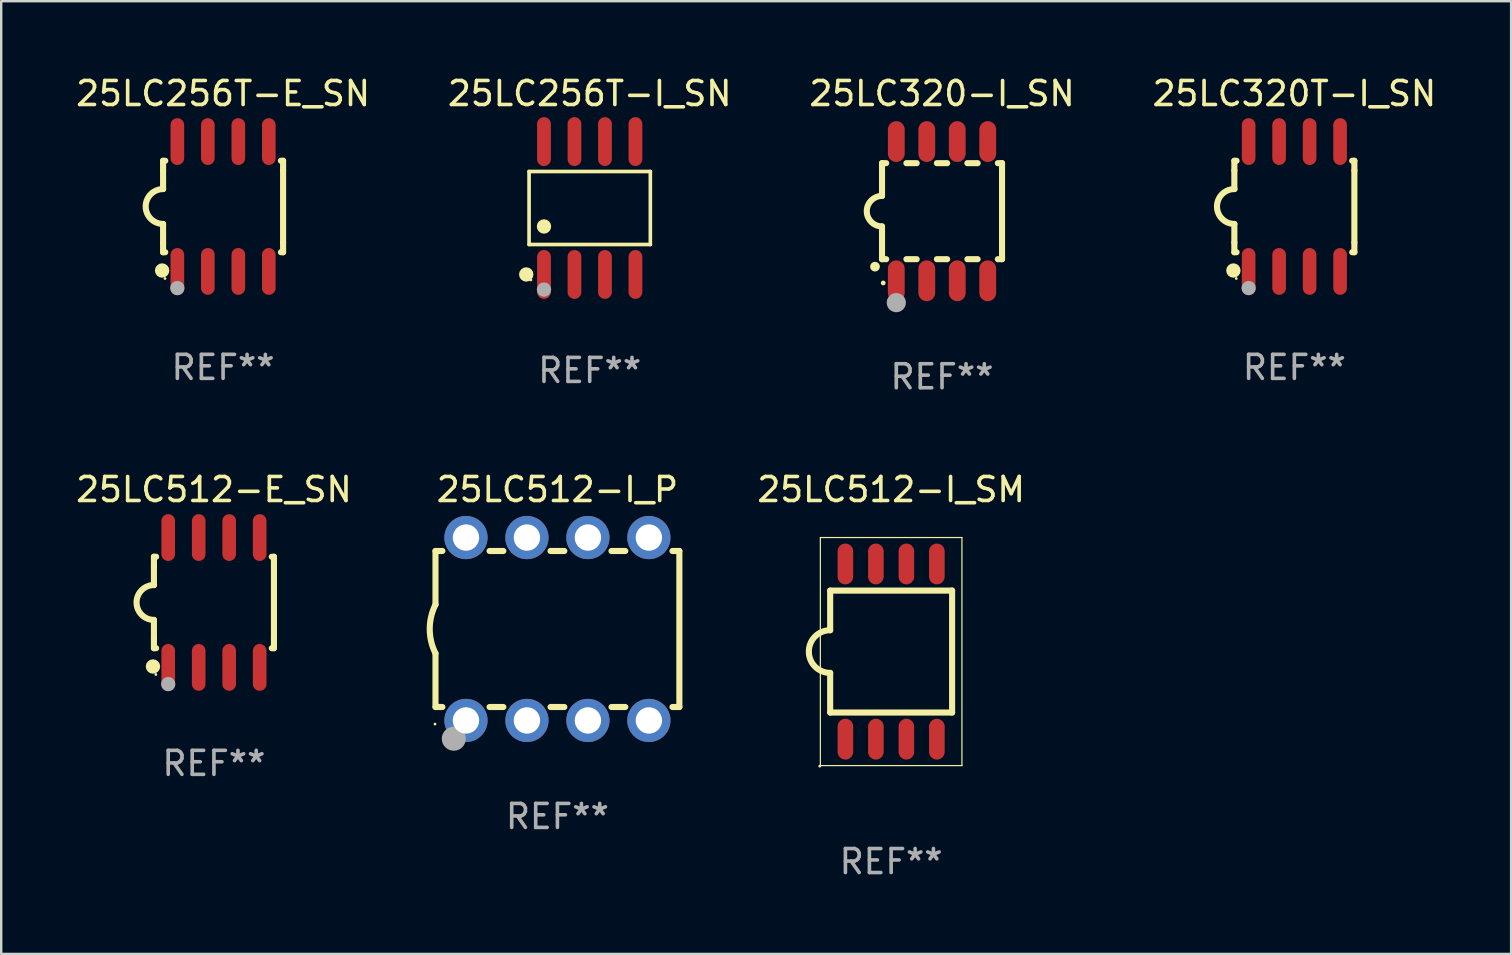
<source format=kicad_pcb>
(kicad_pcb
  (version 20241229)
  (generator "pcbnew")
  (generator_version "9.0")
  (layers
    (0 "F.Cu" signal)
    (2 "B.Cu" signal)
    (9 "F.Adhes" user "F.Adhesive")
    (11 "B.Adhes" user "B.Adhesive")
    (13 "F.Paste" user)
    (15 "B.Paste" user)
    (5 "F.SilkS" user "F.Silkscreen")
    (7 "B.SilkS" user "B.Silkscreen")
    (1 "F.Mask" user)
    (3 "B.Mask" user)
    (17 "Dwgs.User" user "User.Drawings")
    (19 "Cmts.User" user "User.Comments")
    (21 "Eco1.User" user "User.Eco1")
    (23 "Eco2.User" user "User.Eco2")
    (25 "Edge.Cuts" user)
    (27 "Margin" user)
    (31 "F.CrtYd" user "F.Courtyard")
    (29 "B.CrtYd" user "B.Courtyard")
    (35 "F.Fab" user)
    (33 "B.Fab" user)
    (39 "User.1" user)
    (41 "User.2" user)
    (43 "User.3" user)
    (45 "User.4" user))
  (footprint "25LC512-E_SN"
    (layer "F.Cu")
    (at 5.863 22.05)
    (property "Reference" "25LC512-E_SN" (at 0 -4.705 0) (layer "F.SilkS") (effects (font (size 1 1) (thickness 0.15))))
    (attr through_hole)
    (fp_line (start -2.5 -1.905) (end -2.409 -1.905) (stroke (width 0.254) (type solid)) (layer "F.SilkS"))
    (fp_line (start -2.5 -1.5) (end -2.5 -1.905) (stroke (width 0.254) (type solid)) (layer "F.SilkS"))
    (fp_line (start -2.5 -1.5) (end -2.5 -0.726) (stroke (width 0.254) (type solid)) (layer "F.SilkS"))
    (fp_line (start -2.5 1.5) (end -2.5 0.727) (stroke (width 0.254) (type solid)) (layer "F.SilkS"))
    (fp_line (start -2.5 1.5) (end -2.5 1.905) (stroke (width 0.254) (type solid)) (layer "F.SilkS"))
    (fp_line (start -2.5 1.905) (end -2.409 1.905) (stroke (width 0.254) (type solid)) (layer "F.SilkS"))
    (fp_line (start 2.5 -1.905) (end 2.409 -1.905) (stroke (width 0.254) (type solid)) (layer "F.SilkS"))
    (fp_line (start 2.5 -1.5) (end 2.5 -1.905) (stroke (width 0.254) (type solid)) (layer "F.SilkS"))
    (fp_line (start 2.5 -1.5) (end 2.5 1.5) (stroke (width 0.254) (type solid)) (layer "F.SilkS"))
    (fp_line (start 2.5 1.5) (end 2.5 1.905) (stroke (width 0.254) (type solid)) (layer "F.SilkS"))
    (fp_line (start 2.5 1.905) (end 2.409 1.905) (stroke (width 0.254) (type solid)) (layer "F.SilkS"))
    (fp_arc (start -2.5 0.726568) (mid -3.220316 -0.0023) (end -2.495097 -0.726289) (stroke (width 0.254001) (type solid)) (layer "F.SilkS"))
    (fp_circle (center -2.54 2.667) (end -2.39 2.667) (stroke (width 0.3) (type solid)) (fill no) (layer "F.SilkS"))
    (fp_circle (center -2.42 3) (end -2.39 3) (stroke (width 0.06) (type solid)) (fill no) (layer "F.SilkS"))
    (fp_circle (center -1.905 3.4) (end -1.755 3.4) (stroke (width 0.3) (type solid)) (fill no) (layer "F.Fab"))
    (fp_text user "REF**" (at 0 6.705 0) (layer "F.Fab") (effects (font (size 1 1) (thickness 0.15))))
    (pad "1" smd oval (at -1.905 2.705) (size 0.568 1.95) (layers "F.Cu" "F.Mask" "F.Paste"))
    (pad "2" smd oval (at -0.635 2.705) (size 0.568 1.95) (layers "F.Cu" "F.Mask" "F.Paste"))
    (pad "3" smd oval (at 0.635 2.705) (size 0.568 1.95) (layers "F.Cu" "F.Mask" "F.Paste"))
    (pad "4" smd oval (at 1.905 2.705) (size 0.568 1.95) (layers "F.Cu" "F.Mask" "F.Paste"))
    (pad "5" smd oval (at 1.905 -2.705) (size 0.568 1.95) (layers "F.Cu" "F.Mask" "F.Paste"))
    (pad "6" smd oval (at 0.635 -2.705) (size 0.568 1.95) (layers "F.Cu" "F.Mask" "F.Paste"))
    (pad "7" smd oval (at -0.635 -2.705) (size 0.568 1.95) (layers "F.Cu" "F.Mask" "F.Paste"))
    (pad "8" smd oval (at -1.905 -2.705) (size 0.568 1.95) (layers "F.Cu" "F.Mask" "F.Paste")))
  (footprint "25LC256T-I_SN"
    (layer "F.Cu")
    (at 21.518 5.616)
    (property "Reference" "25LC256T-I_SN" (at 0 -4.768 0) (layer "F.SilkS") (effects (font (size 1 1) (thickness 0.15))))
    (attr through_hole)
    (fp_line (start -2.526 -1.521) (end 2.526 -1.521) (stroke (width 0.152) (type solid)) (layer "F.SilkS"))
    (fp_line (start -2.526 1.521) (end -2.526 -1.521) (stroke (width 0.152) (type solid)) (layer "F.SilkS"))
    (fp_line (start 2.526 -1.521) (end 2.526 1.521) (stroke (width 0.152) (type solid)) (layer "F.SilkS"))
    (fp_line (start 2.526 1.521) (end -2.526 1.521) (stroke (width 0.152) (type solid)) (layer "F.SilkS"))
    (fp_circle (center -2.644 2.768) (end -2.494 2.768) (stroke (width 0.3) (type solid)) (fill no) (layer "F.SilkS"))
    (fp_circle (center -2.45 2.998) (end -2.42 2.998) (stroke (width 0.06) (type solid)) (fill no) (layer "F.SilkS"))
    (fp_circle (center -1.905 0.769) (end -1.755 0.769) (stroke (width 0.3) (type solid)) (fill no) (layer "F.SilkS"))
    (fp_circle (center -1.905 3.398) (end -1.755 3.398) (stroke (width 0.3) (type solid)) (fill no) (layer "F.Fab"))
    (fp_text user "REF**" (at 0 6.768 0) (layer "F.Fab") (effects (font (size 1 1) (thickness 0.15))))
    (pad "1" smd oval (at -1.905 2.768) (size 0.574 2.036) (layers "F.Cu" "F.Mask" "F.Paste"))
    (pad "2" smd oval (at -0.635 2.768) (size 0.574 2.036) (layers "F.Cu" "F.Mask" "F.Paste"))
    (pad "3" smd oval (at 0.635 2.768) (size 0.574 2.036) (layers "F.Cu" "F.Mask" "F.Paste"))
    (pad "4" smd oval (at 1.905 2.768) (size 0.574 2.036) (layers "F.Cu" "F.Mask" "F.Paste"))
    (pad "5" smd oval (at 1.905 -2.768) (size 0.574 2.036) (layers "F.Cu" "F.Mask" "F.Paste"))
    (pad "6" smd oval (at 0.635 -2.768) (size 0.574 2.036) (layers "F.Cu" "F.Mask" "F.Paste"))
    (pad "7" smd oval (at -0.635 -2.768) (size 0.574 2.036) (layers "F.Cu" "F.Mask" "F.Paste"))
    (pad "8" smd oval (at -1.905 -2.768) (size 0.574 2.036) (layers "F.Cu" "F.Mask" "F.Paste")))
  (footprint "25LC512-I_SM"
    (layer "F.Cu")
    (at 34.076 24.095)
    (property "Reference" "25LC512-I_SM" (at 0 -6.75 0) (layer "F.SilkS") (effects (font (size 1 1) (thickness 0.15))))
    (attr through_hole)
    (fp_line (start -2.949 -4.75) (end -2.949 4.75) (stroke (width 0.05) (type solid)) (layer "F.SilkS"))
    (fp_line (start -2.949 4.75) (end 2.949 4.75) (stroke (width 0.05) (type solid)) (layer "F.SilkS"))
    (fp_line (start -2.54 -2.54) (end 2.54 -2.54) (stroke (width 0.254) (type solid)) (layer "F.SilkS"))
    (fp_line (start -2.54 -0.889) (end -2.54 -2.54) (stroke (width 0.254) (type solid)) (layer "F.SilkS"))
    (fp_line (start -2.54 2.54) (end -2.54 0.889) (stroke (width 0.254) (type solid)) (layer "F.SilkS"))
    (fp_line (start 2.54 -2.54) (end 2.54 2.54) (stroke (width 0.254) (type solid)) (layer "F.SilkS"))
    (fp_line (start 2.54 2.54) (end -2.54 2.54) (stroke (width 0.254) (type solid)) (layer "F.SilkS"))
    (fp_line (start 2.949 -4.75) (end -2.949 -4.75) (stroke (width 0.05) (type solid)) (layer "F.SilkS"))
    (fp_line (start 2.949 4.75) (end 2.949 -4.75) (stroke (width 0.05) (type solid)) (layer "F.SilkS"))
    (fp_arc (start -2.540005 0.889002) (mid -3.426952 0.000025) (end -2.540005 -0.888952) (stroke (width 0.254001) (type solid)) (layer "F.SilkS"))
    (fp_circle (center -2.974 4.775) (end -2.944 4.775) (stroke (width 0.06) (type solid)) (fill no) (layer "F.SilkS"))
    (fp_text user "REF**" (at 0 8.75 0) (layer "F.Fab") (effects (font (size 1 1) (thickness 0.15))))
    (pad "1" smd oval (at -1.905 3.65 90) (size 1.7 0.65) (layers "F.Cu" "F.Mask" "F.Paste"))
    (pad "2" smd oval (at -0.635 3.65 90) (size 1.7 0.65) (layers "F.Cu" "F.Mask" "F.Paste"))
    (pad "3" smd oval (at 0.635 3.65 90) (size 1.7 0.65) (layers "F.Cu" "F.Mask" "F.Paste"))
    (pad "4" smd oval (at 1.905 3.65 90) (size 1.7 0.65) (layers "F.Cu" "F.Mask" "F.Paste"))
    (pad "5" smd oval (at 1.905 -3.65 90) (size 1.7 0.65) (layers "F.Cu" "F.Mask" "F.Paste"))
    (pad "6" smd oval (at 0.635 -3.65 90) (size 1.7 0.65) (layers "F.Cu" "F.Mask" "F.Paste"))
    (pad "7" smd oval (at -0.635 -3.65 90) (size 1.7 0.65) (layers "F.Cu" "F.Mask" "F.Paste"))
    (pad "8" smd oval (at -1.905 -3.65 90) (size 1.7 0.65) (layers "F.Cu" "F.Mask" "F.Paste")))
  (footprint "25LC320-I_SN"
    (layer "F.Cu")
    (at 36.196 5.748)
    (property "Reference" "25LC320-I_SN" (at 0 -4.9 0) (layer "F.SilkS") (effects (font (size 1 1) (thickness 0.15))))
    (attr through_hole)
    (fp_line (start -2.5 -2) (end -2.5 -0.635) (stroke (width 0.254) (type solid)) (layer "F.SilkS"))
    (fp_line (start -2.5 -2) (end -2.326 -2) (stroke (width 0.254) (type solid)) (layer "F.SilkS"))
    (fp_line (start -2.5 2) (end -2.5 0.635) (stroke (width 0.254) (type solid)) (layer "F.SilkS"))
    (fp_line (start -2.5 2) (end -2.326 2) (stroke (width 0.254) (type solid)) (layer "F.SilkS"))
    (fp_line (start -1.484 -2) (end -1.056 -2) (stroke (width 0.254) (type solid)) (layer "F.SilkS"))
    (fp_line (start -1.484 2) (end -1.056 2) (stroke (width 0.254) (type solid)) (layer "F.SilkS"))
    (fp_line (start -0.214 -2) (end 0.214 -2) (stroke (width 0.254) (type solid)) (layer "F.SilkS"))
    (fp_line (start -0.214 2) (end 0.214 2) (stroke (width 0.254) (type solid)) (layer "F.SilkS"))
    (fp_line (start 1.056 -2) (end 1.484 -2) (stroke (width 0.254) (type solid)) (layer "F.SilkS"))
    (fp_line (start 1.056 2) (end 1.484 2) (stroke (width 0.254) (type solid)) (layer "F.SilkS"))
    (fp_line (start 2.326 -2) (end 2.5 -2) (stroke (width 0.254) (type solid)) (layer "F.SilkS"))
    (fp_line (start 2.326 2) (end 2.5 2) (stroke (width 0.254) (type solid)) (layer "F.SilkS"))
    (fp_line (start 2.5 -2) (end 2.5 2) (stroke (width 0.254) (type solid)) (layer "F.SilkS"))
    (fp_arc (start -2.794006 2.311405) (mid -2.792736 2.311401) (end -2.791466 2.311405) (stroke (width 0.4) (type solid)) (layer "F.SilkS"))
    (fp_arc (start -2.5 0.635001) (mid -3.134366 -0.000318) (end -2.499365 -0.635001) (stroke (width 0.254001) (type solid)) (layer "F.SilkS"))
    (fp_circle (center -2.45 2.99) (end -2.4 2.99) (stroke (width 0.1) (type solid)) (fill no) (layer "F.SilkS"))
    (fp_circle (center -1.905 3.81) (end -1.705 3.81) (stroke (width 0.4) (type solid)) (fill no) (layer "F.Fab"))
    (fp_text user "REF**" (at 0 6.9 0) (layer "F.Fab") (effects (font (size 1 1) (thickness 0.15))))
    (pad "1" smd oval (at -1.905 2.9 180) (size 0.7 1.7) (layers "F.Cu" "F.Mask" "F.Paste"))
    (pad "2" smd oval (at -0.635 2.9 180) (size 0.7 1.7) (layers "F.Cu" "F.Mask" "F.Paste"))
    (pad "3" smd oval (at 0.635 2.9 180) (size 0.7 1.7) (layers "F.Cu" "F.Mask" "F.Paste"))
    (pad "4" smd oval (at 1.905 2.9 180) (size 0.7 1.7) (layers "F.Cu" "F.Mask" "F.Paste"))
    (pad "5" smd oval (at 1.905 -2.9 180) (size 0.7 1.7) (layers "F.Cu" "F.Mask" "F.Paste"))
    (pad "6" smd oval (at 0.635 -2.9 180) (size 0.7 1.7) (layers "F.Cu" "F.Mask" "F.Paste"))
    (pad "7" smd oval (at -0.635 -2.9 180) (size 0.7 1.7) (layers "F.Cu" "F.Mask" "F.Paste"))
    (pad "8" smd oval (at -1.905 -2.9 180) (size 0.7 1.7) (layers "F.Cu" "F.Mask" "F.Paste")))
  (footprint "25LC256T-E_SN"
    (layer "F.Cu")
    (at 6.244 5.553)
    (property "Reference" "25LC256T-E_SN" (at 0 -4.705 0) (layer "F.SilkS") (effects (font (size 1 1) (thickness 0.15))))
    (attr through_hole)
    (fp_line (start -2.5 -1.905) (end -2.409 -1.905) (stroke (width 0.254) (type solid)) (layer "F.SilkS"))
    (fp_line (start -2.5 -1.5) (end -2.5 -1.905) (stroke (width 0.254) (type solid)) (layer "F.SilkS"))
    (fp_line (start -2.5 -1.5) (end -2.5 -0.726) (stroke (width 0.254) (type solid)) (layer "F.SilkS"))
    (fp_line (start -2.5 1.5) (end -2.5 0.727) (stroke (width 0.254) (type solid)) (layer "F.SilkS"))
    (fp_line (start -2.5 1.5) (end -2.5 1.905) (stroke (width 0.254) (type solid)) (layer "F.SilkS"))
    (fp_line (start -2.5 1.905) (end -2.409 1.905) (stroke (width 0.254) (type solid)) (layer "F.SilkS"))
    (fp_line (start 2.5 -1.905) (end 2.409 -1.905) (stroke (width 0.254) (type solid)) (layer "F.SilkS"))
    (fp_line (start 2.5 -1.5) (end 2.5 -1.905) (stroke (width 0.254) (type solid)) (layer "F.SilkS"))
    (fp_line (start 2.5 -1.5) (end 2.5 1.5) (stroke (width 0.254) (type solid)) (layer "F.SilkS"))
    (fp_line (start 2.5 1.5) (end 2.5 1.905) (stroke (width 0.254) (type solid)) (layer "F.SilkS"))
    (fp_line (start 2.5 1.905) (end 2.409 1.905) (stroke (width 0.254) (type solid)) (layer "F.SilkS"))
    (fp_arc (start -2.5 0.726568) (mid -3.220316 -0.0023) (end -2.495097 -0.726289) (stroke (width 0.254001) (type solid)) (layer "F.SilkS"))
    (fp_circle (center -2.54 2.667) (end -2.39 2.667) (stroke (width 0.3) (type solid)) (fill no) (layer "F.SilkS"))
    (fp_circle (center -2.42 3) (end -2.39 3) (stroke (width 0.06) (type solid)) (fill no) (layer "F.SilkS"))
    (fp_circle (center -1.905 3.4) (end -1.755 3.4) (stroke (width 0.3) (type solid)) (fill no) (layer "F.Fab"))
    (fp_text user "REF**" (at 0 6.705 0) (layer "F.Fab") (effects (font (size 1 1) (thickness 0.15))))
    (pad "1" smd oval (at -1.905 2.705) (size 0.568 1.95) (layers "F.Cu" "F.Mask" "F.Paste"))
    (pad "2" smd oval (at -0.635 2.705) (size 0.568 1.95) (layers "F.Cu" "F.Mask" "F.Paste"))
    (pad "3" smd oval (at 0.635 2.705) (size 0.568 1.95) (layers "F.Cu" "F.Mask" "F.Paste"))
    (pad "4" smd oval (at 1.905 2.705) (size 0.568 1.95) (layers "F.Cu" "F.Mask" "F.Paste"))
    (pad "5" smd oval (at 1.905 -2.705) (size 0.568 1.95) (layers "F.Cu" "F.Mask" "F.Paste"))
    (pad "6" smd oval (at 0.635 -2.705) (size 0.568 1.95) (layers "F.Cu" "F.Mask" "F.Paste"))
    (pad "7" smd oval (at -0.635 -2.705) (size 0.568 1.95) (layers "F.Cu" "F.Mask" "F.Paste"))
    (pad "8" smd oval (at -1.905 -2.705) (size 0.568 1.95) (layers "F.Cu" "F.Mask" "F.Paste")))
  (footprint "25LC320T-I_SN"
    (layer "F.Cu")
    (at 50.875 5.553)
    (property "Reference" "25LC320T-I_SN" (at 0 -4.705 0) (layer "F.SilkS") (effects (font (size 1 1) (thickness 0.15))))
    (attr through_hole)
    (fp_line (start -2.5 -1.905) (end -2.409 -1.905) (stroke (width 0.254) (type solid)) (layer "F.SilkS"))
    (fp_line (start -2.5 -1.5) (end -2.5 -1.905) (stroke (width 0.254) (type solid)) (layer "F.SilkS"))
    (fp_line (start -2.5 -1.5) (end -2.5 -0.726) (stroke (width 0.254) (type solid)) (layer "F.SilkS"))
    (fp_line (start -2.5 1.5) (end -2.5 0.727) (stroke (width 0.254) (type solid)) (layer "F.SilkS"))
    (fp_line (start -2.5 1.5) (end -2.5 1.905) (stroke (width 0.254) (type solid)) (layer "F.SilkS"))
    (fp_line (start -2.5 1.905) (end -2.409 1.905) (stroke (width 0.254) (type solid)) (layer "F.SilkS"))
    (fp_line (start 2.5 -1.905) (end 2.409 -1.905) (stroke (width 0.254) (type solid)) (layer "F.SilkS"))
    (fp_line (start 2.5 -1.5) (end 2.5 -1.905) (stroke (width 0.254) (type solid)) (layer "F.SilkS"))
    (fp_line (start 2.5 -1.5) (end 2.5 1.5) (stroke (width 0.254) (type solid)) (layer "F.SilkS"))
    (fp_line (start 2.5 1.5) (end 2.5 1.905) (stroke (width 0.254) (type solid)) (layer "F.SilkS"))
    (fp_line (start 2.5 1.905) (end 2.409 1.905) (stroke (width 0.254) (type solid)) (layer "F.SilkS"))
    (fp_arc (start -2.5 0.726568) (mid -3.220316 -0.0023) (end -2.495097 -0.726289) (stroke (width 0.254001) (type solid)) (layer "F.SilkS"))
    (fp_circle (center -2.54 2.667) (end -2.39 2.667) (stroke (width 0.3) (type solid)) (fill no) (layer "F.SilkS"))
    (fp_circle (center -2.42 3) (end -2.39 3) (stroke (width 0.06) (type solid)) (fill no) (layer "F.SilkS"))
    (fp_circle (center -1.905 3.4) (end -1.755 3.4) (stroke (width 0.3) (type solid)) (fill no) (layer "F.Fab"))
    (fp_text user "REF**" (at 0 6.705 0) (layer "F.Fab") (effects (font (size 1 1) (thickness 0.15))))
    (pad "1" smd oval (at -1.905 2.705) (size 0.568 1.95) (layers "F.Cu" "F.Mask" "F.Paste"))
    (pad "2" smd oval (at -0.635 2.705) (size 0.568 1.95) (layers "F.Cu" "F.Mask" "F.Paste"))
    (pad "3" smd oval (at 0.635 2.705) (size 0.568 1.95) (layers "F.Cu" "F.Mask" "F.Paste"))
    (pad "4" smd oval (at 1.905 2.705) (size 0.568 1.95) (layers "F.Cu" "F.Mask" "F.Paste"))
    (pad "5" smd oval (at 1.905 -2.705) (size 0.568 1.95) (layers "F.Cu" "F.Mask" "F.Paste"))
    (pad "6" smd oval (at 0.635 -2.705) (size 0.568 1.95) (layers "F.Cu" "F.Mask" "F.Paste"))
    (pad "7" smd oval (at -0.635 -2.705) (size 0.568 1.95) (layers "F.Cu" "F.Mask" "F.Paste"))
    (pad "8" smd oval (at -1.905 -2.705) (size 0.568 1.95) (layers "F.Cu" "F.Mask" "F.Paste")))
  (footprint "25LC512-I_P"
    (layer "F.Cu")
    (at 20.173 23.155)
    (property "Reference" "25LC512-I_P" (at 0 -5.81 0) (layer "F.SilkS") (effects (font (size 1 1) (thickness 0.15))))
    (attr through_hole)
    (fp_line (start -5.08 -3.25) (end -5.08 -1.017) (stroke (width 0.254) (type solid)) (layer "F.SilkS"))
    (fp_line (start -5.08 -3.25) (end -4.792 -3.25) (stroke (width 0.254) (type solid)) (layer "F.SilkS"))
    (fp_line (start -5.08 3.25) (end -5.08 1.015) (stroke (width 0.254) (type solid)) (layer "F.SilkS"))
    (fp_line (start -5.08 3.25) (end -4.792 3.25) (stroke (width 0.254) (type solid)) (layer "F.SilkS"))
    (fp_line (start -2.828 -3.25) (end -2.252 -3.25) (stroke (width 0.254) (type solid)) (layer "F.SilkS"))
    (fp_line (start -2.828 3.25) (end -2.252 3.25) (stroke (width 0.254) (type solid)) (layer "F.SilkS"))
    (fp_line (start -0.288 -3.25) (end 0.288 -3.25) (stroke (width 0.254) (type solid)) (layer "F.SilkS"))
    (fp_line (start -0.288 3.25) (end 0.288 3.25) (stroke (width 0.254) (type solid)) (layer "F.SilkS"))
    (fp_line (start 2.252 -3.25) (end 2.828 -3.25) (stroke (width 0.254) (type solid)) (layer "F.SilkS"))
    (fp_line (start 2.252 3.25) (end 2.828 3.25) (stroke (width 0.254) (type solid)) (layer "F.SilkS"))
    (fp_line (start 4.792 -3.25) (end 5.08 -3.25) (stroke (width 0.254) (type solid)) (layer "F.SilkS"))
    (fp_line (start 4.792 3.25) (end 5.08 3.25) (stroke (width 0.254) (type solid)) (layer "F.SilkS"))
    (fp_line (start 5.08 -3.25) (end 5.08 3.25) (stroke (width 0.254) (type solid)) (layer "F.SilkS"))
    (fp_arc (start -5.08001 1.01524) (mid -5.319856 -0.000762) (end -5.08001 -1.016764) (stroke (width 0.254001) (type solid)) (layer "F.SilkS"))
    (fp_circle (center -5.1 3.96) (end -5.07 3.96) (stroke (width 0.06) (type solid)) (fill no) (layer "F.SilkS"))
    (fp_circle (center -4.318 4.572) (end -4.068 4.572) (stroke (width 0.5) (type solid)) (fill no) (layer "F.Fab"))
    (fp_text user "REF**" (at 0 7.81 0) (layer "F.Fab") (effects (font (size 1 1) (thickness 0.15))))
    (pad "1" thru_hole circle (at -3.81 3.81) (size 1.8 1.8) (drill 1.1) (layers "*.Cu" "*.Mask"))
    (pad "2" thru_hole circle (at -1.27 3.81) (size 1.8 1.8) (drill 1.1) (layers "*.Cu" "*.Mask"))
    (pad "3" thru_hole circle (at 1.27 3.81) (size 1.8 1.8) (drill 1.1) (layers "*.Cu" "*.Mask"))
    (pad "4" thru_hole circle (at 3.81 3.81) (size 1.8 1.8) (drill 1.1) (layers "*.Cu" "*.Mask"))
    (pad "5" thru_hole circle (at 3.81 -3.81) (size 1.8 1.8) (drill 1.1) (layers "*.Cu" "*.Mask"))
    (pad "6" thru_hole circle (at 1.27 -3.81) (size 1.8 1.8) (drill 1.1) (layers "*.Cu" "*.Mask"))
    (pad "7" thru_hole circle (at -1.27 -3.81) (size 1.8 1.8) (drill 1.1) (layers "*.Cu" "*.Mask"))
    (pad "8" thru_hole circle (at -3.81 -3.81) (size 1.8 1.8) (drill 1.1) (layers "*.Cu" "*.Mask")))
  (gr_rect
    (start -3 -3)
    (end 59.905 36.693)
    (stroke (width 0.1) (type default))
    (fill no)
    (layer "Edge.Cuts")))
</source>
